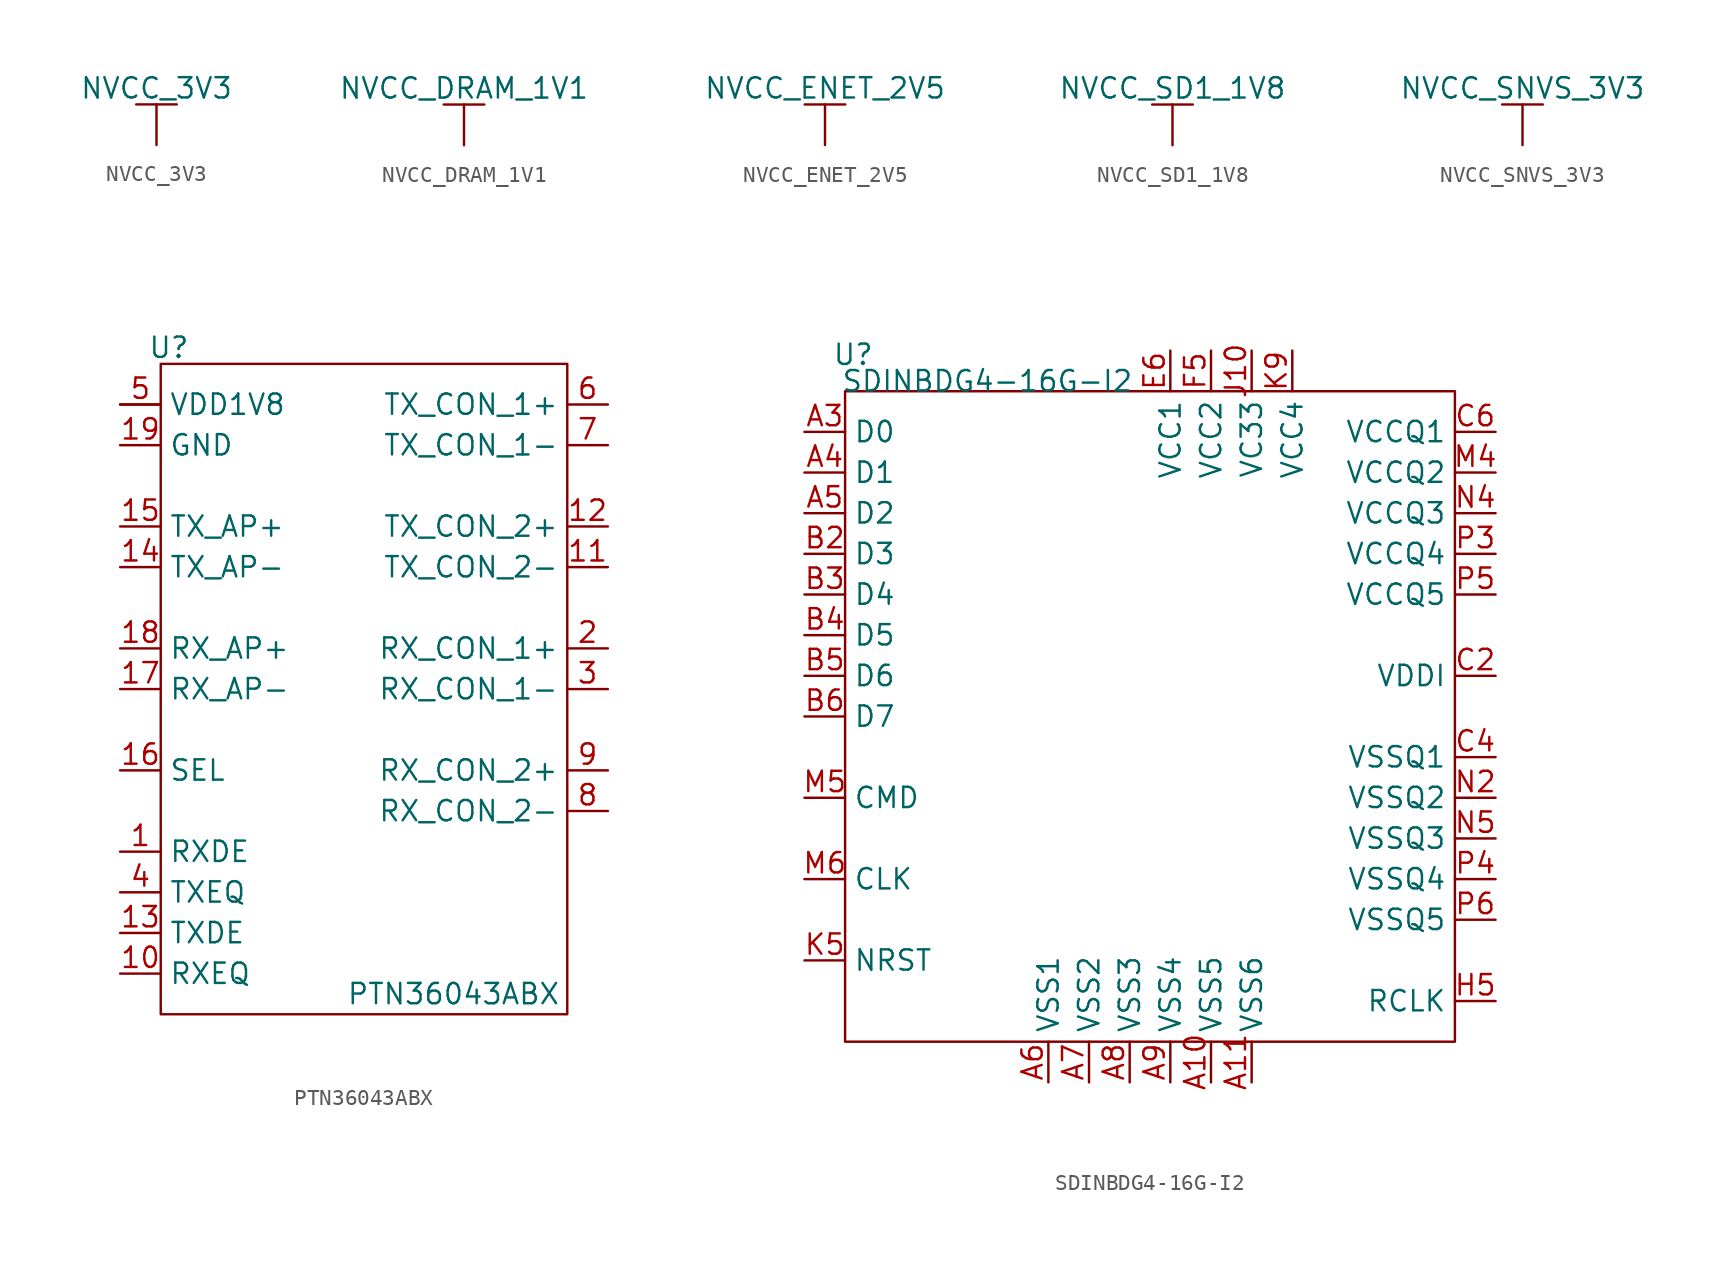
<source format=kicad_sym>
(kicad_symbol_lib
  (version 20231120)
  (generator "kicad_symbol_editor")
  (generator_version "7.99")
  (symbol "NVCC_3V3"
    (power)
    (pin_numbers hide)
    (pin_names
      (offset 0) hide)
    (property "Reference" "#PWR"
      (at 0 -1.27 0)
      (effects (font (size 1.27 1.27)) (hide yes)))
    (property "Value" "NVCC_3V3"
      (at 0 3.556 0)
      (effects (font (size 1.27 1.27))))
    (symbol "NVCC_3V3_0_1"
      (polyline (pts (xy 0 0) (xy 0 2.54)) (stroke (width 0) (type default)) (fill (type none)))
      (polyline (pts (xy 1.27 2.54) (xy -1.27 2.54)) (stroke (width 0) (type default)) (fill (type none))))
    (symbol "NVCC_3V3_1_1"
      (pin power_in line (at 0 0 90) (length 0) hide (name "NVCC_3V3" (effects (font (size 1.27 1.27)))) (number "1" (effects (font (size 1.27 1.27)))))))
  (symbol "NVCC_DRAM_1V1"
    (power)
    (pin_numbers hide)
    (pin_names
      (offset 0) hide)
    (property "Reference" "#PWR"
      (at 0 -1.27 0)
      (effects (font (size 1.27 1.27)) (hide yes)))
    (property "Value" "NVCC_DRAM_1V1"
      (at 0 3.556 0)
      (effects (font (size 1.27 1.27))))
    (symbol "NVCC_DRAM_1V1_0_1"
      (polyline (pts (xy 0 0) (xy 0 2.54)) (stroke (width 0) (type default)) (fill (type none)))
      (polyline (pts (xy 1.27 2.54) (xy -1.27 2.54)) (stroke (width 0) (type default)) (fill (type none))))
    (symbol "NVCC_DRAM_1V1_1_1"
      (pin power_in line (at 0 0 90) (length 0) hide (name "NVCC_DRAM_1V1" (effects (font (size 1.27 1.27)))) (number "1" (effects (font (size 1.27 1.27)))))))
  (symbol "NVCC_ENET_2V5"
    (power)
    (pin_numbers hide)
    (pin_names
      (offset 0) hide)
    (property "Reference" "#PWR"
      (at 0 -1.27 0)
      (effects (font (size 1.27 1.27)) (hide yes)))
    (property "Value" "NVCC_ENET_2V5"
      (at 0 3.556 0)
      (effects (font (size 1.27 1.27))))
    (symbol "NVCC_ENET_2V5_0_1"
      (polyline (pts (xy 0 0) (xy 0 2.54)) (stroke (width 0) (type default)) (fill (type none)))
      (polyline (pts (xy 1.27 2.54) (xy -1.27 2.54)) (stroke (width 0) (type default)) (fill (type none))))
    (symbol "NVCC_ENET_2V5_1_1"
      (pin power_in line (at 0 0 90) (length 0) hide (name "NVCC_ENET_2V5" (effects (font (size 1.27 1.27)))) (number "1" (effects (font (size 1.27 1.27)))))))
  (symbol "NVCC_SD1_1V8"
    (power)
    (pin_numbers hide)
    (pin_names
      (offset 0) hide)
    (property "Reference" "#PWR"
      (at 0 -1.27 0)
      (effects (font (size 1.27 1.27)) (hide yes)))
    (property "Value" "NVCC_SD1_1V8"
      (at 0 3.556 0)
      (effects (font (size 1.27 1.27))))
    (symbol "NVCC_SD1_1V8_0_1"
      (polyline (pts (xy 0 0) (xy 0 2.54)) (stroke (width 0) (type default)) (fill (type none)))
      (polyline (pts (xy 1.27 2.54) (xy -1.27 2.54)) (stroke (width 0) (type default)) (fill (type none))))
    (symbol "NVCC_SD1_1V8_1_1"
      (pin power_in line (at 0 0 90) (length 0) hide (name "NVCC_SD1_1V8" (effects (font (size 1.27 1.27)))) (number "1" (effects (font (size 1.27 1.27)))))))
  (symbol "NVCC_SNVS_3V3"
    (power)
    (pin_numbers hide)
    (pin_names
      (offset 0) hide)
    (property "Reference" "#PWR"
      (at 0 -1.27 0)
      (effects (font (size 1.27 1.27)) (hide yes)))
    (property "Value" "NVCC_SNVS_3V3"
      (at 0 3.556 0)
      (effects (font (size 1.27 1.27))))
    (symbol "NVCC_SNVS_3V3_0_1"
      (polyline (pts (xy 0 0) (xy 0 2.54)) (stroke (width 0) (type default)) (fill (type none)))
      (polyline (pts (xy 1.27 2.54) (xy -1.27 2.54)) (stroke (width 0) (type default)) (fill (type none))))
    (symbol "NVCC_SNVS_3V3_1_1"
      (pin power_in line (at 0 0 90) (length 0) hide (name "NVCC_SNVS_3V3" (effects (font (size 1.27 1.27)))) (number "1" (effects (font (size 1.27 1.27)))))))
  (symbol "PTN36043ABX"
    (property "Reference" "U"
      (at -2.032 1.016 0)
      (effects (font (size 1.27 1.27))))
    (property "Value" "PTN36043ABX"
      (at 15.748 -39.37 0)
      (effects (font (size 1.27 1.27))))
    (symbol "PTN36043ABX_0_1"
      (rectangle (start -2.54 0) (end 22.86 -40.64) (stroke (width 0) (type default)) (fill (type none))))
    (symbol "PTN36043ABX_1_1"
      (pin input line (at -5.08 -2.54 0) (length 2.54) (name "" (effects (font (size 1.27 1.27)))) (number "" (effects (font (size 1.27 1.27)))))
      (pin input line (at -5.08 -30.48 0) (length 2.54) (name "RXDE" (effects (font (size 1.27 1.27)))) (number "1" (effects (font (size 1.27 1.27)))))
      (pin input line (at -5.08 -38.1 0) (length 2.54) (name "RXEQ" (effects (font (size 1.27 1.27)))) (number "10" (effects (font (size 1.27 1.27)))))
      (pin input line (at 25.4 -12.7 180) (length 2.54) (name "TX_CON_2-" (effects (font (size 1.27 1.27)))) (number "11" (effects (font (size 1.27 1.27)))))
      (pin input line (at 25.4 -10.16 180) (length 2.54) (name "TX_CON_2+" (effects (font (size 1.27 1.27)))) (number "12" (effects (font (size 1.27 1.27)))))
      (pin input line (at -5.08 -35.56 0) (length 2.54) (name "TXDE" (effects (font (size 1.27 1.27)))) (number "13" (effects (font (size 1.27 1.27)))))
      (pin input line (at -5.08 -12.7 0) (length 2.54) (name "TX_AP-" (effects (font (size 1.27 1.27)))) (number "14" (effects (font (size 1.27 1.27)))))
      (pin input line (at -5.08 -10.16 0) (length 2.54) (name "TX_AP+" (effects (font (size 1.27 1.27)))) (number "15" (effects (font (size 1.27 1.27)))))
      (pin input line (at -5.08 -25.4 0) (length 2.54) (name "SEL" (effects (font (size 1.27 1.27)))) (number "16" (effects (font (size 1.27 1.27)))))
      (pin input line (at -5.08 -20.32 0) (length 2.54) (name "RX_AP-" (effects (font (size 1.27 1.27)))) (number "17" (effects (font (size 1.27 1.27)))))
      (pin input line (at -5.08 -17.78 0) (length 2.54) (name "RX_AP+" (effects (font (size 1.27 1.27)))) (number "18" (effects (font (size 1.27 1.27)))))
      (pin input line (at -5.08 -5.08 0) (length 2.54) (name "GND" (effects (font (size 1.27 1.27)))) (number "19" (effects (font (size 1.27 1.27)))))
      (pin input line (at 25.4 -17.78 180) (length 2.54) (name "RX_CON_1+" (effects (font (size 1.27 1.27)))) (number "2" (effects (font (size 1.27 1.27)))))
      (pin input line (at 25.4 -20.32 180) (length 2.54) (name "RX_CON_1-" (effects (font (size 1.27 1.27)))) (number "3" (effects (font (size 1.27 1.27)))))
      (pin input line (at -5.08 -33.02 0) (length 2.54) (name "TXEQ" (effects (font (size 1.27 1.27)))) (number "4" (effects (font (size 1.27 1.27)))))
      (pin input line (at -5.08 -2.54 0) (length 2.54) (name "VDD1V8" (effects (font (size 1.27 1.27)))) (number "5" (effects (font (size 1.27 1.27)))))
      (pin input line (at 25.4 -2.54 180) (length 2.54) (name "TX_CON_1+" (effects (font (size 1.27 1.27)))) (number "6" (effects (font (size 1.27 1.27)))))
      (pin input line (at 25.4 -5.08 180) (length 2.54) (name "TX_CON_1-" (effects (font (size 1.27 1.27)))) (number "7" (effects (font (size 1.27 1.27)))))
      (pin input line (at 25.4 -27.94 180) (length 2.54) (name "RX_CON_2-" (effects (font (size 1.27 1.27)))) (number "8" (effects (font (size 1.27 1.27)))))
      (pin input line (at 25.4 -25.4 180) (length 2.54) (name "RX_CON_2+" (effects (font (size 1.27 1.27)))) (number "9" (effects (font (size 1.27 1.27)))))))
  (symbol "SDINBDG4-16G-I2"
    (property "Reference" "U"
      (at 0.508 2.286 0)
      (effects (font (size 1.27 1.27))))
    (property "Value" "SDINBDG4-16G-I2"
      (at 8.89 0.635 0)
      (effects (font (size 1.27 1.27))))
    (symbol "SDINBDG4-16G-I2_1_1"
      (rectangle (start 0 0) (end 38.1 -40.64) (stroke (width 0) (type default)) (fill (type none)))
      (pin passive line (at 22.86 -43.18 90) (length 2.54) (name "VSS5" (effects (font (size 1.27 1.27)))) (number "A10" (effects (font (size 1.27 1.27)))))
      (pin passive line (at 25.4 -43.18 90) (length 2.54) (name "VSS6" (effects (font (size 1.27 1.27)))) (number "A11" (effects (font (size 1.27 1.27)))))
      (pin passive line (at -2.54 -2.54 0) (length 2.54) (name "D0" (effects (font (size 1.27 1.27)))) (number "A3" (effects (font (size 1.27 1.27)))))
      (pin passive line (at -2.54 -5.08 0) (length 2.54) (name "D1" (effects (font (size 1.27 1.27)))) (number "A4" (effects (font (size 1.27 1.27)))))
      (pin passive line (at -2.54 -7.62 0) (length 2.54) (name "D2" (effects (font (size 1.27 1.27)))) (number "A5" (effects (font (size 1.27 1.27)))))
      (pin passive line (at 12.7 -43.18 90) (length 2.54) (name "VSS1" (effects (font (size 1.27 1.27)))) (number "A6" (effects (font (size 1.27 1.27)))))
      (pin passive line (at 15.24 -43.18 90) (length 2.54) (name "VSS2" (effects (font (size 1.27 1.27)))) (number "A7" (effects (font (size 1.27 1.27)))))
      (pin passive line (at 17.78 -43.18 90) (length 2.54) (name "VSS3" (effects (font (size 1.27 1.27)))) (number "A8" (effects (font (size 1.27 1.27)))))
      (pin passive line (at 20.32 -43.18 90) (length 2.54) (name "VSS4" (effects (font (size 1.27 1.27)))) (number "A9" (effects (font (size 1.27 1.27)))))
      (pin passive line (at -2.54 -10.16 0) (length 2.54) (name "D3" (effects (font (size 1.27 1.27)))) (number "B2" (effects (font (size 1.27 1.27)))))
      (pin passive line (at -2.54 -12.7 0) (length 2.54) (name "D4" (effects (font (size 1.27 1.27)))) (number "B3" (effects (font (size 1.27 1.27)))))
      (pin passive line (at -2.54 -15.24 0) (length 2.54) (name "D5" (effects (font (size 1.27 1.27)))) (number "B4" (effects (font (size 1.27 1.27)))))
      (pin passive line (at -2.54 -17.78 0) (length 2.54) (name "D6" (effects (font (size 1.27 1.27)))) (number "B5" (effects (font (size 1.27 1.27)))))
      (pin passive line (at -2.54 -20.32 0) (length 2.54) (name "D7" (effects (font (size 1.27 1.27)))) (number "B6" (effects (font (size 1.27 1.27)))))
      (pin passive line (at 40.64 -17.78 180) (length 2.54) (name "VDDI" (effects (font (size 1.27 1.27)))) (number "C2" (effects (font (size 1.27 1.27)))))
      (pin passive line (at 40.64 -22.86 180) (length 2.54) (name "VSSQ1" (effects (font (size 1.27 1.27)))) (number "C4" (effects (font (size 1.27 1.27)))))
      (pin passive line (at 40.64 -2.54 180) (length 2.54) (name "VCCQ1" (effects (font (size 1.27 1.27)))) (number "C6" (effects (font (size 1.27 1.27)))))
      (pin passive line (at 20.32 2.54 270) (length 2.54) (name "VCC1" (effects (font (size 1.27 1.27)))) (number "E6" (effects (font (size 1.27 1.27)))))
      (pin passive line (at 22.86 2.54 270) (length 2.54) (name "VCC2" (effects (font (size 1.27 1.27)))) (number "F5" (effects (font (size 1.27 1.27)))))
      (pin passive line (at 40.64 -38.1 180) (length 2.54) (name "RCLK" (effects (font (size 1.27 1.27)))) (number "H5" (effects (font (size 1.27 1.27)))))
      (pin passive line (at 25.4 2.54 270) (length 2.54) (name "VC33" (effects (font (size 1.27 1.27)))) (number "J10" (effects (font (size 1.27 1.27)))))
      (pin passive line (at -2.54 -35.56 0) (length 2.54) (name "NRST" (effects (font (size 1.27 1.27)))) (number "K5" (effects (font (size 1.27 1.27)))))
      (pin passive line (at 27.94 2.54 270) (length 2.54) (name "VCC4" (effects (font (size 1.27 1.27)))) (number "K9" (effects (font (size 1.27 1.27)))))
      (pin passive line (at 40.64 -5.08 180) (length 2.54) (name "VCCQ2" (effects (font (size 1.27 1.27)))) (number "M4" (effects (font (size 1.27 1.27)))))
      (pin passive line (at -2.54 -25.4 0) (length 2.54) (name "CMD" (effects (font (size 1.27 1.27)))) (number "M5" (effects (font (size 1.27 1.27)))))
      (pin passive line (at -2.54 -30.48 0) (length 2.54) (name "CLK" (effects (font (size 1.27 1.27)))) (number "M6" (effects (font (size 1.27 1.27)))))
      (pin passive line (at 40.64 -25.4 180) (length 2.54) (name "VSSQ2" (effects (font (size 1.27 1.27)))) (number "N2" (effects (font (size 1.27 1.27)))))
      (pin passive line (at 40.64 -7.62 180) (length 2.54) (name "VCCQ3" (effects (font (size 1.27 1.27)))) (number "N4" (effects (font (size 1.27 1.27)))))
      (pin passive line (at 40.64 -27.94 180) (length 2.54) (name "VSSQ3" (effects (font (size 1.27 1.27)))) (number "N5" (effects (font (size 1.27 1.27)))))
      (pin passive line (at 40.64 -10.16 180) (length 2.54) (name "VCCQ4" (effects (font (size 1.27 1.27)))) (number "P3" (effects (font (size 1.27 1.27)))))
      (pin passive line (at 40.64 -30.48 180) (length 2.54) (name "VSSQ4" (effects (font (size 1.27 1.27)))) (number "P4" (effects (font (size 1.27 1.27)))))
      (pin passive line (at 40.64 -12.7 180) (length 2.54) (name "VCCQ5" (effects (font (size 1.27 1.27)))) (number "P5" (effects (font (size 1.27 1.27)))))
      (pin passive line (at 40.64 -33.02 180) (length 2.54) (name "VSSQ5" (effects (font (size 1.27 1.27)))) (number "P6" (effects (font (size 1.27 1.27))))))))
</source>
